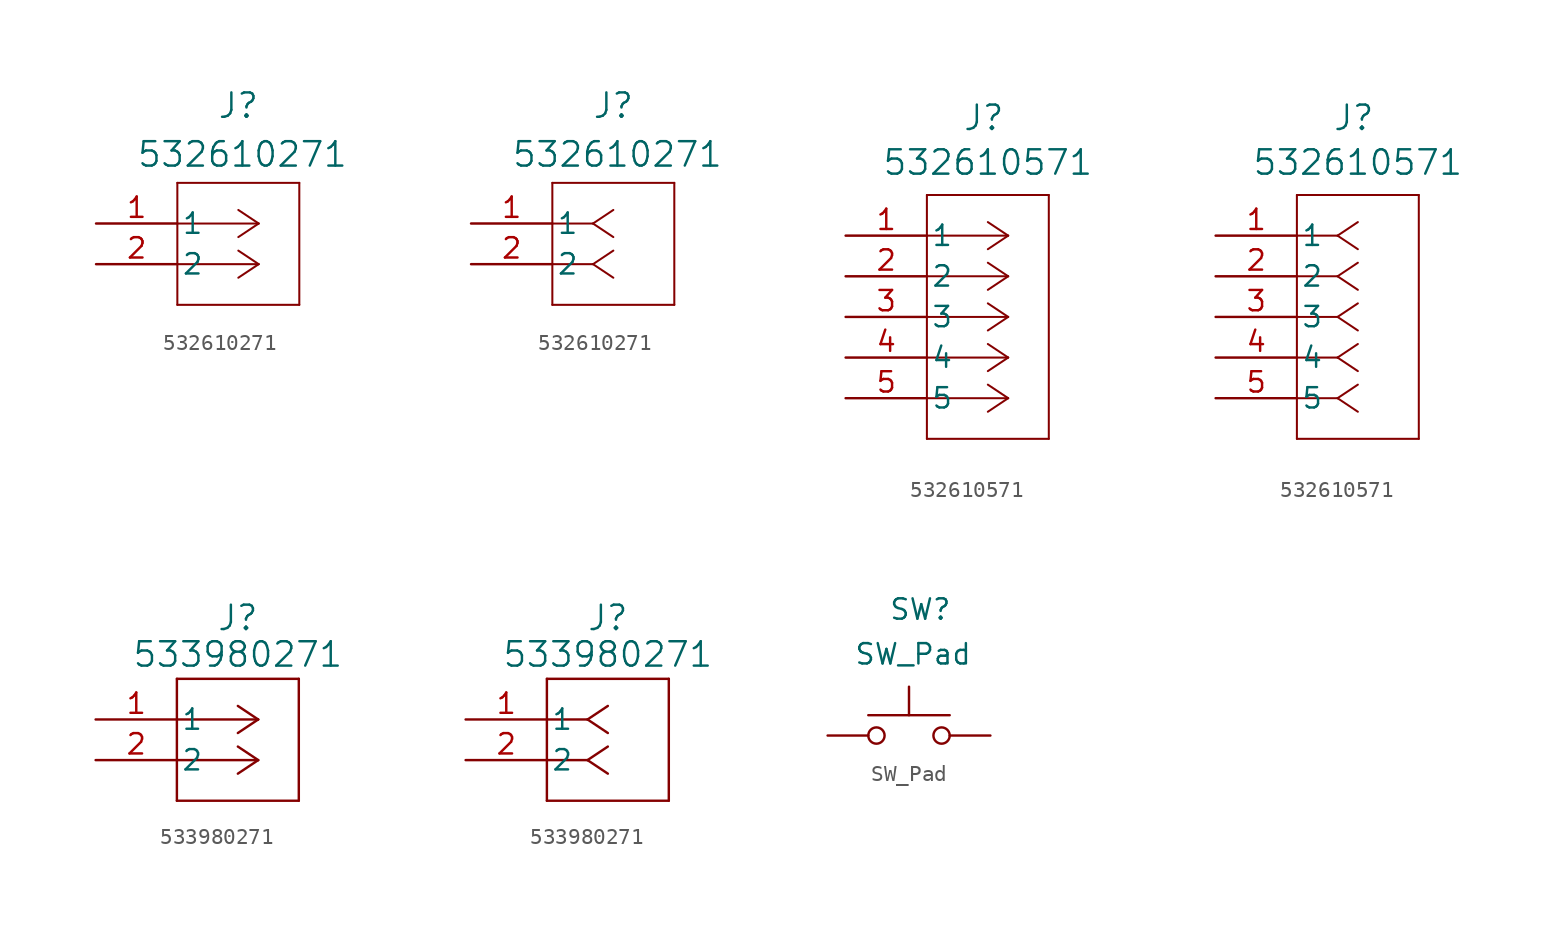
<source format=kicad_sym>
(kicad_symbol_lib
  (version 20231120)
  (generator "kicad_symbol_editor")
  (generator_version "8.0")
  (symbol "532610271"
    (pin_names
      (offset 0.254))
    (property "Reference" "J"
      (at 8.89 7.366 0)
      (effects (font (size 1.524 1.524))))
    (property "Value" "532610271"
      (at 9.144 4.318 0)
      (effects (font (size 1.524 1.524))))
    (symbol "532610271_1_1"
      (polyline (pts (xy 5.08 -5.08) (xy 12.7 -5.08)) (stroke (width 0.127) (type default)) (fill (type none)))
      (polyline (pts (xy 5.08 2.54) (xy 5.08 -5.08)) (stroke (width 0.127) (type default)) (fill (type none)))
      (polyline (pts (xy 10.16 -2.54) (xy 5.08 -2.54)) (stroke (width 0.127) (type default)) (fill (type none)))
      (polyline (pts (xy 10.16 -2.54) (xy 8.89 -3.387)) (stroke (width 0.127) (type default)) (fill (type none)))
      (polyline (pts (xy 10.16 -2.54) (xy 8.89 -1.693)) (stroke (width 0.127) (type default)) (fill (type none)))
      (polyline (pts (xy 10.16 0) (xy 5.08 0)) (stroke (width 0.127) (type default)) (fill (type none)))
      (polyline (pts (xy 10.16 0) (xy 8.89 -0.847)) (stroke (width 0.127) (type default)) (fill (type none)))
      (polyline (pts (xy 10.16 0) (xy 8.89 0.847)) (stroke (width 0.127) (type default)) (fill (type none)))
      (polyline (pts (xy 12.7 -5.08) (xy 12.7 2.54)) (stroke (width 0.127) (type default)) (fill (type none)))
      (polyline (pts (xy 12.7 2.54) (xy 5.08 2.54)) (stroke (width 0.127) (type default)) (fill (type none)))
      (pin unspecified line (at 0 0 0) (length 5.08) (name "1" (effects (font (size 1.27 1.27)))) (number "1" (effects (font (size 1.27 1.27)))))
      (pin unspecified line (at 0 -2.54 0) (length 5.08) (name "2" (effects (font (size 1.27 1.27)))) (number "2" (effects (font (size 1.27 1.27))))))
    (symbol "532610271_1_2"
      (polyline (pts (xy 5.08 -5.08) (xy 12.7 -5.08)) (stroke (width 0.127) (type default)) (fill (type none)))
      (polyline (pts (xy 5.08 2.54) (xy 5.08 -5.08)) (stroke (width 0.127) (type default)) (fill (type none)))
      (polyline (pts (xy 7.62 -2.54) (xy 5.08 -2.54)) (stroke (width 0.127) (type default)) (fill (type none)))
      (polyline (pts (xy 7.62 -2.54) (xy 8.89 -3.387)) (stroke (width 0.127) (type default)) (fill (type none)))
      (polyline (pts (xy 7.62 -2.54) (xy 8.89 -1.693)) (stroke (width 0.127) (type default)) (fill (type none)))
      (polyline (pts (xy 7.62 0) (xy 5.08 0)) (stroke (width 0.127) (type default)) (fill (type none)))
      (polyline (pts (xy 7.62 0) (xy 8.89 -0.847)) (stroke (width 0.127) (type default)) (fill (type none)))
      (polyline (pts (xy 7.62 0) (xy 8.89 0.847)) (stroke (width 0.127) (type default)) (fill (type none)))
      (polyline (pts (xy 12.7 -5.08) (xy 12.7 2.54)) (stroke (width 0.127) (type default)) (fill (type none)))
      (polyline (pts (xy 12.7 2.54) (xy 5.08 2.54)) (stroke (width 0.127) (type default)) (fill (type none)))
      (pin unspecified line (at 0 0 0) (length 5.08) (name "1" (effects (font (size 1.27 1.27)))) (number "1" (effects (font (size 1.27 1.27)))))
      (pin unspecified line (at 0 -2.54 0) (length 5.08) (name "2" (effects (font (size 1.27 1.27)))) (number "2" (effects (font (size 1.27 1.27)))))))
  (symbol "532610571"
    (pin_names
      (offset 0.254))
    (property "Reference" "J"
      (at 8.636 7.366 0)
      (effects (font (size 1.524 1.524))))
    (property "Value" "532610571"
      (at 8.89 4.572 0)
      (effects (font (size 1.524 1.524))))
    (symbol "532610571_1_1"
      (polyline (pts (xy 5.08 -12.7) (xy 12.7 -12.7)) (stroke (width 0.127) (type default)) (fill (type none)))
      (polyline (pts (xy 5.08 2.54) (xy 5.08 -12.7)) (stroke (width 0.127) (type default)) (fill (type none)))
      (polyline (pts (xy 10.16 -10.16) (xy 5.08 -10.16)) (stroke (width 0.127) (type default)) (fill (type none)))
      (polyline (pts (xy 10.16 -10.16) (xy 8.89 -11.007)) (stroke (width 0.127) (type default)) (fill (type none)))
      (polyline (pts (xy 10.16 -10.16) (xy 8.89 -9.313)) (stroke (width 0.127) (type default)) (fill (type none)))
      (polyline (pts (xy 10.16 -7.62) (xy 5.08 -7.62)) (stroke (width 0.127) (type default)) (fill (type none)))
      (polyline (pts (xy 10.16 -7.62) (xy 8.89 -8.467)) (stroke (width 0.127) (type default)) (fill (type none)))
      (polyline (pts (xy 10.16 -7.62) (xy 8.89 -6.773)) (stroke (width 0.127) (type default)) (fill (type none)))
      (polyline (pts (xy 10.16 -5.08) (xy 5.08 -5.08)) (stroke (width 0.127) (type default)) (fill (type none)))
      (polyline (pts (xy 10.16 -5.08) (xy 8.89 -5.927)) (stroke (width 0.127) (type default)) (fill (type none)))
      (polyline (pts (xy 10.16 -5.08) (xy 8.89 -4.233)) (stroke (width 0.127) (type default)) (fill (type none)))
      (polyline (pts (xy 10.16 -2.54) (xy 5.08 -2.54)) (stroke (width 0.127) (type default)) (fill (type none)))
      (polyline (pts (xy 10.16 -2.54) (xy 8.89 -3.387)) (stroke (width 0.127) (type default)) (fill (type none)))
      (polyline (pts (xy 10.16 -2.54) (xy 8.89 -1.693)) (stroke (width 0.127) (type default)) (fill (type none)))
      (polyline (pts (xy 10.16 0) (xy 5.08 0)) (stroke (width 0.127) (type default)) (fill (type none)))
      (polyline (pts (xy 10.16 0) (xy 8.89 -0.847)) (stroke (width 0.127) (type default)) (fill (type none)))
      (polyline (pts (xy 10.16 0) (xy 8.89 0.847)) (stroke (width 0.127) (type default)) (fill (type none)))
      (polyline (pts (xy 12.7 -12.7) (xy 12.7 2.54)) (stroke (width 0.127) (type default)) (fill (type none)))
      (polyline (pts (xy 12.7 2.54) (xy 5.08 2.54)) (stroke (width 0.127) (type default)) (fill (type none)))
      (pin unspecified line (at 0 0 0) (length 5.08) (name "1" (effects (font (size 1.27 1.27)))) (number "1" (effects (font (size 1.27 1.27)))))
      (pin unspecified line (at 0 -2.54 0) (length 5.08) (name "2" (effects (font (size 1.27 1.27)))) (number "2" (effects (font (size 1.27 1.27)))))
      (pin unspecified line (at 0 -5.08 0) (length 5.08) (name "3" (effects (font (size 1.27 1.27)))) (number "3" (effects (font (size 1.27 1.27)))))
      (pin unspecified line (at 0 -7.62 0) (length 5.08) (name "4" (effects (font (size 1.27 1.27)))) (number "4" (effects (font (size 1.27 1.27)))))
      (pin unspecified line (at 0 -10.16 0) (length 5.08) (name "5" (effects (font (size 1.27 1.27)))) (number "5" (effects (font (size 1.27 1.27))))))
    (symbol "532610571_1_2"
      (polyline (pts (xy 5.08 -12.7) (xy 12.7 -12.7)) (stroke (width 0.127) (type default)) (fill (type none)))
      (polyline (pts (xy 5.08 2.54) (xy 5.08 -12.7)) (stroke (width 0.127) (type default)) (fill (type none)))
      (polyline (pts (xy 7.62 -10.16) (xy 5.08 -10.16)) (stroke (width 0.127) (type default)) (fill (type none)))
      (polyline (pts (xy 7.62 -10.16) (xy 8.89 -11.007)) (stroke (width 0.127) (type default)) (fill (type none)))
      (polyline (pts (xy 7.62 -10.16) (xy 8.89 -9.313)) (stroke (width 0.127) (type default)) (fill (type none)))
      (polyline (pts (xy 7.62 -7.62) (xy 5.08 -7.62)) (stroke (width 0.127) (type default)) (fill (type none)))
      (polyline (pts (xy 7.62 -7.62) (xy 8.89 -8.467)) (stroke (width 0.127) (type default)) (fill (type none)))
      (polyline (pts (xy 7.62 -7.62) (xy 8.89 -6.773)) (stroke (width 0.127) (type default)) (fill (type none)))
      (polyline (pts (xy 7.62 -5.08) (xy 5.08 -5.08)) (stroke (width 0.127) (type default)) (fill (type none)))
      (polyline (pts (xy 7.62 -5.08) (xy 8.89 -5.927)) (stroke (width 0.127) (type default)) (fill (type none)))
      (polyline (pts (xy 7.62 -5.08) (xy 8.89 -4.233)) (stroke (width 0.127) (type default)) (fill (type none)))
      (polyline (pts (xy 7.62 -2.54) (xy 5.08 -2.54)) (stroke (width 0.127) (type default)) (fill (type none)))
      (polyline (pts (xy 7.62 -2.54) (xy 8.89 -3.387)) (stroke (width 0.127) (type default)) (fill (type none)))
      (polyline (pts (xy 7.62 -2.54) (xy 8.89 -1.693)) (stroke (width 0.127) (type default)) (fill (type none)))
      (polyline (pts (xy 7.62 0) (xy 5.08 0)) (stroke (width 0.127) (type default)) (fill (type none)))
      (polyline (pts (xy 7.62 0) (xy 8.89 -0.847)) (stroke (width 0.127) (type default)) (fill (type none)))
      (polyline (pts (xy 7.62 0) (xy 8.89 0.847)) (stroke (width 0.127) (type default)) (fill (type none)))
      (polyline (pts (xy 12.7 -12.7) (xy 12.7 2.54)) (stroke (width 0.127) (type default)) (fill (type none)))
      (polyline (pts (xy 12.7 2.54) (xy 5.08 2.54)) (stroke (width 0.127) (type default)) (fill (type none)))
      (pin unspecified line (at 0 0 0) (length 5.08) (name "1" (effects (font (size 1.27 1.27)))) (number "1" (effects (font (size 1.27 1.27)))))
      (pin unspecified line (at 0 -2.54 0) (length 5.08) (name "2" (effects (font (size 1.27 1.27)))) (number "2" (effects (font (size 1.27 1.27)))))
      (pin unspecified line (at 0 -5.08 0) (length 5.08) (name "3" (effects (font (size 1.27 1.27)))) (number "3" (effects (font (size 1.27 1.27)))))
      (pin unspecified line (at 0 -7.62 0) (length 5.08) (name "4" (effects (font (size 1.27 1.27)))) (number "4" (effects (font (size 1.27 1.27)))))
      (pin unspecified line (at 0 -10.16 0) (length 5.08) (name "5" (effects (font (size 1.27 1.27)))) (number "5" (effects (font (size 1.27 1.27)))))))
  (symbol "533980271"
    (pin_names
      (offset 0.254))
    (property "Reference" "J"
      (at 8.89 6.35 0)
      (effects (font (size 1.524 1.524))))
    (property "Value" "533980271"
      (at 8.89 4.064 0)
      (effects (font (size 1.524 1.524))))
    (symbol "533980271_1_1"
      (polyline (pts (xy 5.08 -5.08) (xy 12.7 -5.08)) (stroke (width 0) (type default)) (fill (type none)))
      (polyline (pts (xy 5.08 2.54) (xy 5.08 -5.08)) (stroke (width 0) (type default)) (fill (type none)))
      (polyline (pts (xy 10.16 -2.54) (xy 5.08 -2.54)) (stroke (width 0) (type default)) (fill (type none)))
      (polyline (pts (xy 10.16 -2.54) (xy 8.89 -3.387)) (stroke (width 0) (type default)) (fill (type none)))
      (polyline (pts (xy 10.16 -2.54) (xy 8.89 -1.693)) (stroke (width 0) (type default)) (fill (type none)))
      (polyline (pts (xy 10.16 0) (xy 5.08 0)) (stroke (width 0) (type default)) (fill (type none)))
      (polyline (pts (xy 10.16 0) (xy 8.89 -0.847)) (stroke (width 0) (type default)) (fill (type none)))
      (polyline (pts (xy 10.16 0) (xy 8.89 0.847)) (stroke (width 0) (type default)) (fill (type none)))
      (polyline (pts (xy 12.7 -5.08) (xy 12.7 2.54)) (stroke (width 0) (type default)) (fill (type none)))
      (polyline (pts (xy 12.7 2.54) (xy 5.08 2.54)) (stroke (width 0) (type default)) (fill (type none)))
      (pin unspecified line (at 0 0 0) (length 5.08) (name "1" (effects (font (size 1.27 1.27)))) (number "1" (effects (font (size 1.27 1.27)))))
      (pin unspecified line (at 0 -2.54 0) (length 5.08) (name "2" (effects (font (size 1.27 1.27)))) (number "2" (effects (font (size 1.27 1.27))))))
    (symbol "533980271_1_2"
      (polyline (pts (xy 5.08 -5.08) (xy 12.7 -5.08)) (stroke (width 0) (type default)) (fill (type none)))
      (polyline (pts (xy 5.08 2.54) (xy 5.08 -5.08)) (stroke (width 0) (type default)) (fill (type none)))
      (polyline (pts (xy 7.62 -2.54) (xy 5.08 -2.54)) (stroke (width 0) (type default)) (fill (type none)))
      (polyline (pts (xy 7.62 -2.54) (xy 8.89 -3.387)) (stroke (width 0) (type default)) (fill (type none)))
      (polyline (pts (xy 7.62 -2.54) (xy 8.89 -1.693)) (stroke (width 0) (type default)) (fill (type none)))
      (polyline (pts (xy 7.62 0) (xy 5.08 0)) (stroke (width 0) (type default)) (fill (type none)))
      (polyline (pts (xy 7.62 0) (xy 8.89 -0.847)) (stroke (width 0) (type default)) (fill (type none)))
      (polyline (pts (xy 7.62 0) (xy 8.89 0.847)) (stroke (width 0) (type default)) (fill (type none)))
      (polyline (pts (xy 12.7 -5.08) (xy 12.7 2.54)) (stroke (width 0) (type default)) (fill (type none)))
      (polyline (pts (xy 12.7 2.54) (xy 5.08 2.54)) (stroke (width 0) (type default)) (fill (type none)))
      (pin unspecified line (at 0 0 0) (length 5.08) (name "1" (effects (font (size 1.27 1.27)))) (number "1" (effects (font (size 1.27 1.27)))))
      (pin unspecified line (at 0 -2.54 0) (length 5.08) (name "2" (effects (font (size 1.27 1.27)))) (number "2" (effects (font (size 1.27 1.27)))))))
  (symbol "SW_Pad"
    (pin_numbers hide)
    (pin_names
      (offset 1.016) hide)
    (property "Reference" "SW"
      (at -1.27 7.874 0)
      (effects (font (size 1.27 1.27)) (justify left)))
    (property "Value" "SW_Pad"
      (at 0.254 5.08 0)
      (effects (font (size 1.27 1.27))))
    (symbol "SW_Pad_0_1"
      (circle (center -2.032 0) (radius 0.508) (stroke (width 0) (type default)) (fill (type none)))
      (polyline (pts (xy 0 1.27) (xy 0 3.048)) (stroke (width 0) (type default)) (fill (type none)))
      (polyline (pts (xy 2.54 1.27) (xy -2.54 1.27)) (stroke (width 0) (type default)) (fill (type none)))
      (circle (center 2.032 0) (radius 0.508) (stroke (width 0) (type default)) (fill (type none)))
      (pin passive line (at -5.08 0 0) (length 2.54) (name "1" (effects (font (size 1.27 1.27)))) (number "1" (effects (font (size 1.27 1.27)))))
      (pin passive line (at 5.08 0 180) (length 2.54) (name "2" (effects (font (size 1.27 1.27)))) (number "2" (effects (font (size 1.27 1.27))))))))
</source>
